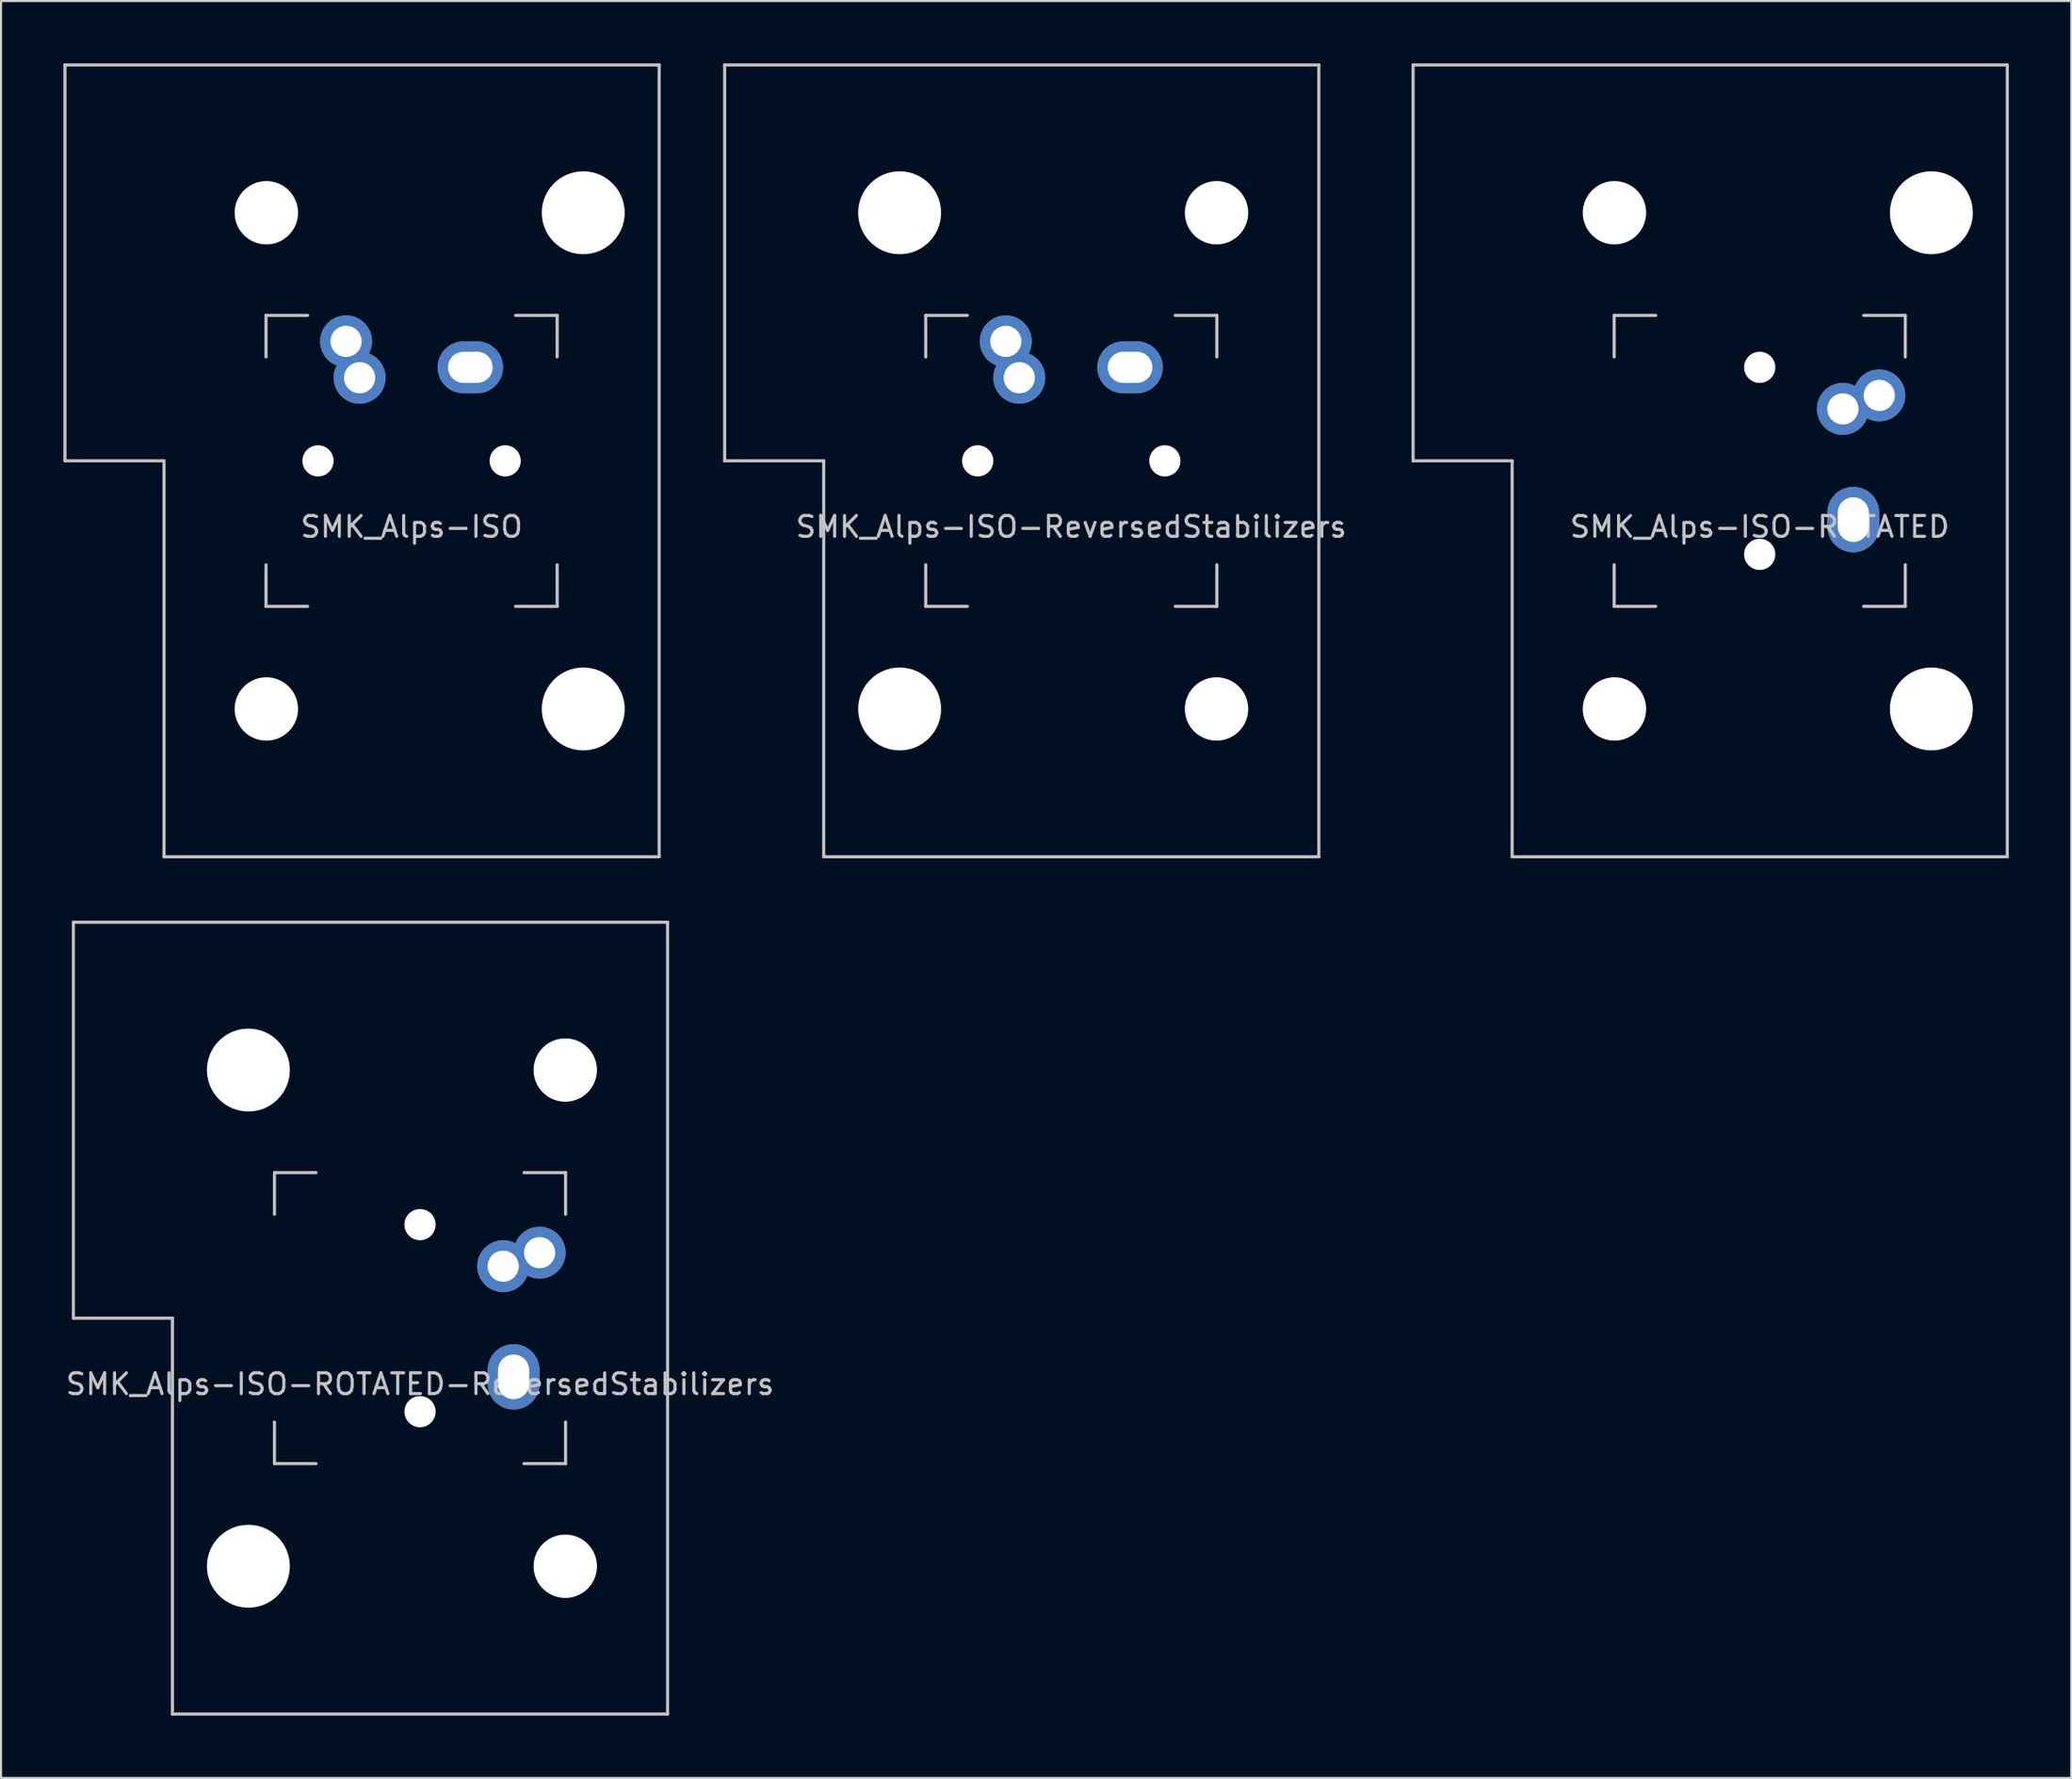
<source format=kicad_pcb>
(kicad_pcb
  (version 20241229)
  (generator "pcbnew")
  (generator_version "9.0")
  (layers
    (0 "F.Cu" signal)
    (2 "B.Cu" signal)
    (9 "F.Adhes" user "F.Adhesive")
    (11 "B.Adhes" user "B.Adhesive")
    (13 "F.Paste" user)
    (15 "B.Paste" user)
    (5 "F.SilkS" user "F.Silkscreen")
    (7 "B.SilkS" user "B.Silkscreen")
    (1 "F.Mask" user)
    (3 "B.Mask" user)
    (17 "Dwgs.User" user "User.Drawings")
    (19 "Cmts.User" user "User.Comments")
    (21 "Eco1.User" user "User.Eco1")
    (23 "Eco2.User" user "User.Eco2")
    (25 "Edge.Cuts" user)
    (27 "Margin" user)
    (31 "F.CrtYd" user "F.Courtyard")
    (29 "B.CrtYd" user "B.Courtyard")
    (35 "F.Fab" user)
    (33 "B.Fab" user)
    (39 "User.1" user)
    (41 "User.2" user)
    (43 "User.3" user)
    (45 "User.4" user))
  (footprint "SMK_Alps-ISO-ROTATED"
    (layer "F.Cu")
    (at 81.576 19.125)
    (property "Reference" "SMK_Alps-ISO-ROTATED" (at 0 3.175 0) (layer "Dwgs.User") (effects (font (size 1 1) (thickness 0.15))))
    (attr through_hole)
    (fp_line (start -16.669 -19.05) (end -16.669 0) (stroke (width 0.15) (type solid)) (layer "Dwgs.User"))
    (fp_line (start -16.669 -19.05) (end 11.906 -19.05) (stroke (width 0.15) (type solid)) (layer "Dwgs.User"))
    (fp_line (start -11.906 0) (end -16.669 0) (stroke (width 0.15) (type solid)) (layer "Dwgs.User"))
    (fp_line (start -11.906 19.05) (end -11.906 0) (stroke (width 0.15) (type solid)) (layer "Dwgs.User"))
    (fp_line (start -11.906 19.05) (end 11.906 19.05) (stroke (width 0.15) (type solid)) (layer "Dwgs.User"))
    (fp_line (start -7 -7) (end -7 -5) (stroke (width 0.15) (type solid)) (layer "Dwgs.User"))
    (fp_line (start -7 5) (end -7 7) (stroke (width 0.15) (type solid)) (layer "Dwgs.User"))
    (fp_line (start -7 7) (end -5 7) (stroke (width 0.15) (type solid)) (layer "Dwgs.User"))
    (fp_line (start -5 -7) (end -7 -7) (stroke (width 0.15) (type solid)) (layer "Dwgs.User"))
    (fp_line (start 5 -7) (end 7 -7) (stroke (width 0.15) (type solid)) (layer "Dwgs.User"))
    (fp_line (start 5 7) (end 7 7) (stroke (width 0.15) (type solid)) (layer "Dwgs.User"))
    (fp_line (start 7 -7) (end 7 -5) (stroke (width 0.15) (type solid)) (layer "Dwgs.User"))
    (fp_line (start 7 7) (end 7 5) (stroke (width 0.15) (type solid)) (layer "Dwgs.User"))
    (fp_line (start 11.906 -19.05) (end 11.906 19.05) (stroke (width 0.15) (type solid)) (layer "Dwgs.User"))
    (pad "" np_thru_hole circle (at -6.985 -11.938) (size 3.048 3.048) (drill 3.048) (layers "*.Cu" "*.Mask"))
    (pad "" np_thru_hole circle (at -6.985 11.938) (size 3.048 3.048) (drill 3.048) (layers "*.Cu" "*.Mask"))
    (pad "" np_thru_hole circle (at 0 -4.5 240.95) (size 1.5 1.5) (drill 1.5) (layers "*.Cu" "*.Mask"))
    (pad "" np_thru_hole circle (at 0 4.5 240.95) (size 1.5 1.5) (drill 1.5) (layers "*.Cu" "*.Mask"))
    (pad "" np_thru_hole circle (at 8.255 -11.938) (size 3.988 3.988) (drill 3.988) (layers "*.Cu" "*.Mask"))
    (pad "" np_thru_hole circle (at 8.255 11.938) (size 3.988 3.988) (drill 3.988) (layers "*.Cu" "*.Mask"))
    (pad "SW1" thru_hole circle (at 4 -2.5 240.95) (size 2.5 2.5) (drill 1.5) (layers "*.Cu" "*.Mask"))
    (pad "SW1" thru_hole circle (at 5.75 -3.15 270) (size 2.5 2.5) (drill 1.5) (layers "*.Cu" "*.Mask"))
    (pad "SW2" thru_hole oval (at 4.5 2.825 270) (size 3.15 2.5) (drill oval 2.15 1.5) (layers "*.Cu" "*.Mask")))
  (footprint "SMK_Alps-ISO-ReversedStabilizers"
    (layer "F.Cu")
    (at 48.469 19.125)
    (property "Reference" "SMK_Alps-ISO-ReversedStabilizers" (at 0 3.175 0) (layer "Dwgs.User") (effects (font (size 1 1) (thickness 0.15))))
    (attr through_hole)
    (fp_line (start -16.669 -19.05) (end -16.669 0) (stroke (width 0.15) (type solid)) (layer "Dwgs.User"))
    (fp_line (start -16.669 -19.05) (end 11.906 -19.05) (stroke (width 0.15) (type solid)) (layer "Dwgs.User"))
    (fp_line (start -11.906 0) (end -16.669 0) (stroke (width 0.15) (type solid)) (layer "Dwgs.User"))
    (fp_line (start -11.906 19.05) (end -11.906 0) (stroke (width 0.15) (type solid)) (layer "Dwgs.User"))
    (fp_line (start -11.906 19.05) (end 11.906 19.05) (stroke (width 0.15) (type solid)) (layer "Dwgs.User"))
    (fp_line (start -7 -7) (end -7 -5) (stroke (width 0.15) (type solid)) (layer "Dwgs.User"))
    (fp_line (start -7 5) (end -7 7) (stroke (width 0.15) (type solid)) (layer "Dwgs.User"))
    (fp_line (start -7 7) (end -5 7) (stroke (width 0.15) (type solid)) (layer "Dwgs.User"))
    (fp_line (start -5 -7) (end -7 -7) (stroke (width 0.15) (type solid)) (layer "Dwgs.User"))
    (fp_line (start 5 -7) (end 7 -7) (stroke (width 0.15) (type solid)) (layer "Dwgs.User"))
    (fp_line (start 5 7) (end 7 7) (stroke (width 0.15) (type solid)) (layer "Dwgs.User"))
    (fp_line (start 7 -7) (end 7 -5) (stroke (width 0.15) (type solid)) (layer "Dwgs.User"))
    (fp_line (start 7 7) (end 7 5) (stroke (width 0.15) (type solid)) (layer "Dwgs.User"))
    (fp_line (start 11.906 -19.05) (end 11.906 19.05) (stroke (width 0.15) (type solid)) (layer "Dwgs.User"))
    (pad "" np_thru_hole circle (at -8.255 -11.938) (size 3.988 3.988) (drill 3.988) (layers "*.Cu" "*.Mask"))
    (pad "" np_thru_hole circle (at -8.255 11.938) (size 3.988 3.988) (drill 3.988) (layers "*.Cu" "*.Mask"))
    (pad "" np_thru_hole circle (at -4.5 0 330.95) (size 1.5 1.5) (drill 1.5) (layers "*.Cu" "*.Mask"))
    (pad "" np_thru_hole circle (at 4.5 0 330.95) (size 1.5 1.5) (drill 1.5) (layers "*.Cu" "*.Mask"))
    (pad "" np_thru_hole circle (at 6.985 -11.938) (size 3.048 3.048) (drill 3.048) (layers "*.Cu" "*.Mask"))
    (pad "" np_thru_hole circle (at 6.985 11.938) (size 3.048 3.048) (drill 3.048) (layers "*.Cu" "*.Mask"))
    (pad "SW1" thru_hole circle (at -3.15 -5.75) (size 2.5 2.5) (drill 1.5) (layers "*.Cu" "*.Mask"))
    (pad "SW1" thru_hole circle (at -2.5 -4 330.95) (size 2.5 2.5) (drill 1.5) (layers "*.Cu" "*.Mask"))
    (pad "SW2" thru_hole oval (at 2.825 -4.5) (size 3.15 2.5) (drill oval 2.15 1.5) (layers "*.Cu" "*.Mask")))
  (footprint "SMK_Alps-ISO"
    (layer "F.Cu")
    (at 16.744 19.125)
    (property "Reference" "SMK_Alps-ISO" (at 0 3.175 0) (layer "Dwgs.User") (effects (font (size 1 1) (thickness 0.15))))
    (attr through_hole)
    (fp_line (start -16.669 -19.05) (end -16.669 0) (stroke (width 0.15) (type solid)) (layer "Dwgs.User"))
    (fp_line (start -16.669 -19.05) (end 11.906 -19.05) (stroke (width 0.15) (type solid)) (layer "Dwgs.User"))
    (fp_line (start -11.906 0) (end -16.669 0) (stroke (width 0.15) (type solid)) (layer "Dwgs.User"))
    (fp_line (start -11.906 19.05) (end -11.906 0) (stroke (width 0.15) (type solid)) (layer "Dwgs.User"))
    (fp_line (start -11.906 19.05) (end 11.906 19.05) (stroke (width 0.15) (type solid)) (layer "Dwgs.User"))
    (fp_line (start -7 -7) (end -7 -5) (stroke (width 0.15) (type solid)) (layer "Dwgs.User"))
    (fp_line (start -7 5) (end -7 7) (stroke (width 0.15) (type solid)) (layer "Dwgs.User"))
    (fp_line (start -7 7) (end -5 7) (stroke (width 0.15) (type solid)) (layer "Dwgs.User"))
    (fp_line (start -5 -7) (end -7 -7) (stroke (width 0.15) (type solid)) (layer "Dwgs.User"))
    (fp_line (start 5 -7) (end 7 -7) (stroke (width 0.15) (type solid)) (layer "Dwgs.User"))
    (fp_line (start 5 7) (end 7 7) (stroke (width 0.15) (type solid)) (layer "Dwgs.User"))
    (fp_line (start 7 -7) (end 7 -5) (stroke (width 0.15) (type solid)) (layer "Dwgs.User"))
    (fp_line (start 7 7) (end 7 5) (stroke (width 0.15) (type solid)) (layer "Dwgs.User"))
    (fp_line (start 11.906 -19.05) (end 11.906 19.05) (stroke (width 0.15) (type solid)) (layer "Dwgs.User"))
    (pad "" np_thru_hole circle (at -6.985 -11.938) (size 3.048 3.048) (drill 3.048) (layers "*.Cu" "*.Mask"))
    (pad "" np_thru_hole circle (at -6.985 11.938) (size 3.048 3.048) (drill 3.048) (layers "*.Cu" "*.Mask"))
    (pad "" np_thru_hole circle (at -4.5 0 330.95) (size 1.5 1.5) (drill 1.5) (layers "*.Cu" "*.Mask"))
    (pad "" np_thru_hole circle (at 4.5 0 330.95) (size 1.5 1.5) (drill 1.5) (layers "*.Cu" "*.Mask"))
    (pad "" np_thru_hole circle (at 8.255 -11.938) (size 3.988 3.988) (drill 3.988) (layers "*.Cu" "*.Mask"))
    (pad "" np_thru_hole circle (at 8.255 11.938) (size 3.988 3.988) (drill 3.988) (layers "*.Cu" "*.Mask"))
    (pad "SW1" thru_hole circle (at -3.15 -5.75) (size 2.5 2.5) (drill 1.5) (layers "*.Cu" "*.Mask"))
    (pad "SW1" thru_hole circle (at -2.5 -4 330.95) (size 2.5 2.5) (drill 1.5) (layers "*.Cu" "*.Mask"))
    (pad "SW2" thru_hole oval (at 2.825 -4.5) (size 3.15 2.5) (drill oval 2.15 1.5) (layers "*.Cu" "*.Mask")))
  (footprint "SMK_Alps-ISO-ROTATED-ReversedStabilizers"
    (layer "F.Cu")
    (at 17.149 60.375)
    (property "Reference" "SMK_Alps-ISO-ROTATED-ReversedStabilizers" (at 0 3.175 0) (layer "Dwgs.User") (effects (font (size 1 1) (thickness 0.15))))
    (attr through_hole)
    (fp_line (start -16.669 -19.05) (end -16.669 0) (stroke (width 0.15) (type solid)) (layer "Dwgs.User"))
    (fp_line (start -16.669 -19.05) (end 11.906 -19.05) (stroke (width 0.15) (type solid)) (layer "Dwgs.User"))
    (fp_line (start -11.906 0) (end -16.669 0) (stroke (width 0.15) (type solid)) (layer "Dwgs.User"))
    (fp_line (start -11.906 19.05) (end -11.906 0) (stroke (width 0.15) (type solid)) (layer "Dwgs.User"))
    (fp_line (start -11.906 19.05) (end 11.906 19.05) (stroke (width 0.15) (type solid)) (layer "Dwgs.User"))
    (fp_line (start -7 -7) (end -7 -5) (stroke (width 0.15) (type solid)) (layer "Dwgs.User"))
    (fp_line (start -7 5) (end -7 7) (stroke (width 0.15) (type solid)) (layer "Dwgs.User"))
    (fp_line (start -7 7) (end -5 7) (stroke (width 0.15) (type solid)) (layer "Dwgs.User"))
    (fp_line (start -5 -7) (end -7 -7) (stroke (width 0.15) (type solid)) (layer "Dwgs.User"))
    (fp_line (start 5 -7) (end 7 -7) (stroke (width 0.15) (type solid)) (layer "Dwgs.User"))
    (fp_line (start 5 7) (end 7 7) (stroke (width 0.15) (type solid)) (layer "Dwgs.User"))
    (fp_line (start 7 -7) (end 7 -5) (stroke (width 0.15) (type solid)) (layer "Dwgs.User"))
    (fp_line (start 7 7) (end 7 5) (stroke (width 0.15) (type solid)) (layer "Dwgs.User"))
    (fp_line (start 11.906 -19.05) (end 11.906 19.05) (stroke (width 0.15) (type solid)) (layer "Dwgs.User"))
    (pad "" np_thru_hole circle (at -8.255 -11.938) (size 3.988 3.988) (drill 3.988) (layers "*.Cu" "*.Mask"))
    (pad "" np_thru_hole circle (at -8.255 11.938) (size 3.988 3.988) (drill 3.988) (layers "*.Cu" "*.Mask"))
    (pad "" np_thru_hole circle (at 0 -4.5 240.95) (size 1.5 1.5) (drill 1.5) (layers "*.Cu" "*.Mask"))
    (pad "" np_thru_hole circle (at 0 4.5 240.95) (size 1.5 1.5) (drill 1.5) (layers "*.Cu" "*.Mask"))
    (pad "" np_thru_hole circle (at 6.985 -11.938) (size 3.048 3.048) (drill 3.048) (layers "*.Cu" "*.Mask"))
    (pad "" np_thru_hole circle (at 6.985 11.938) (size 3.048 3.048) (drill 3.048) (layers "*.Cu" "*.Mask"))
    (pad "SW1" thru_hole circle (at 4 -2.5 240.95) (size 2.5 2.5) (drill 1.5) (layers "*.Cu" "*.Mask"))
    (pad "SW1" thru_hole circle (at 5.75 -3.15 270) (size 2.5 2.5) (drill 1.5) (layers "*.Cu" "*.Mask"))
    (pad "SW2" thru_hole oval (at 4.5 2.825 270) (size 3.15 2.5) (drill oval 2.15 1.5) (layers "*.Cu" "*.Mask")))
  (gr_rect
    (start -3 -3)
    (end 96.557 82.5)
    (stroke (width 0.1) (type default))
    (fill no)
    (layer "Edge.Cuts")))
</source>
